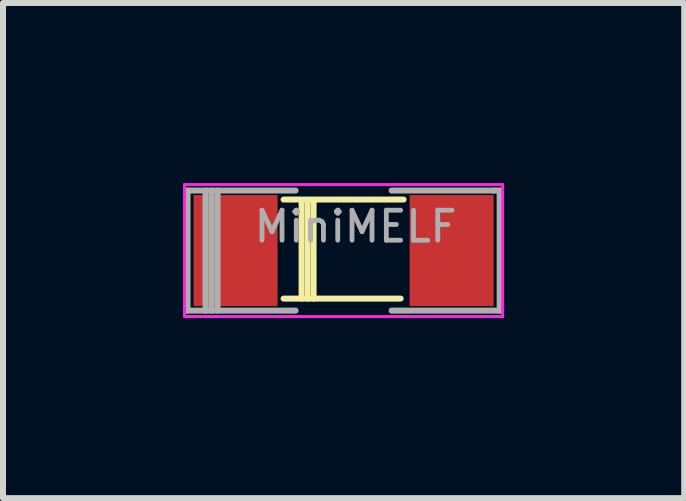
<source format=kicad_pcb>
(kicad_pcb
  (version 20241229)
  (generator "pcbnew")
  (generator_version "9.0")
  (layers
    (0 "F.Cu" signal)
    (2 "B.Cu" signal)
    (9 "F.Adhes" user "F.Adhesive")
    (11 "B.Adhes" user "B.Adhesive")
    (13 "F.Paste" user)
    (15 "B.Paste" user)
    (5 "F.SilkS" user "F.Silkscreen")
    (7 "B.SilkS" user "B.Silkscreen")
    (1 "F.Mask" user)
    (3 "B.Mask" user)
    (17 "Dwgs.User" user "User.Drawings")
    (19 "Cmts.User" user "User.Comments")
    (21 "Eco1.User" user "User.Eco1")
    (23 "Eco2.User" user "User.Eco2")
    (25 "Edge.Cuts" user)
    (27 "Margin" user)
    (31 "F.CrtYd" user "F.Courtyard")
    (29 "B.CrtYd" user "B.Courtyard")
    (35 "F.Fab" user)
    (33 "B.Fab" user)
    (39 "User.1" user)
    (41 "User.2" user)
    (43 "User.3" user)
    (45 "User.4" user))
  (footprint "MiniMELF"
    (layer "F.Cu")
    (at 2.675 1.125)
    (property "Reference" "MiniMELF" (at 0.2 -0.4 0) (layer "F.Fab") (effects (font (size 0.5 0.5) (thickness 0.08))))
    (attr smd)
    (fp_line (start -1 -0.85) (end 1 -0.85) (stroke (width 0.1) (type solid)) (layer "F.SilkS"))
    (fp_line (start -0.7 -0.8) (end -0.7 0.8) (stroke (width 0.1) (type solid)) (layer "F.SilkS"))
    (fp_line (start -0.6 0.8) (end -0.6 -0.8) (stroke (width 0.1) (type solid)) (layer "F.SilkS"))
    (fp_line (start -0.5 -0.8) (end -0.5 0.8) (stroke (width 0.1) (type solid)) (layer "F.SilkS"))
    (fp_line (start 0.95 0.8) (end -1 0.8) (stroke (width 0.1) (type solid)) (layer "F.SilkS"))
    (fp_line (start -2.65 -1.1) (end 2.65 -1.1) (stroke (width 0.05) (type solid)) (layer "F.CrtYd"))
    (fp_line (start -2.65 1.1) (end -2.65 -1.1) (stroke (width 0.05) (type solid)) (layer "F.CrtYd"))
    (fp_line (start 2.65 -1.1) (end 2.65 1.1) (stroke (width 0.05) (type solid)) (layer "F.CrtYd"))
    (fp_line (start 2.65 1.1) (end -2.65 1.1) (stroke (width 0.05) (type solid)) (layer "F.CrtYd"))
    (fp_line (start -2.6 -1) (end -2.6 1) (stroke (width 0.1) (type solid)) (layer "F.Fab"))
    (fp_line (start -2.6 1) (end -0.8 1) (stroke (width 0.1) (type solid)) (layer "F.Fab"))
    (fp_line (start -2.3 -1) (end -2.3 1) (stroke (width 0.1) (type solid)) (layer "F.Fab"))
    (fp_line (start -2.2 1) (end -2.2 -1) (stroke (width 0.1) (type solid)) (layer "F.Fab"))
    (fp_line (start -2.1 -1) (end -2.1 1) (stroke (width 0.1) (type solid)) (layer "F.Fab"))
    (fp_line (start -0.8 -1) (end -2.6 -1) (stroke (width 0.1) (type solid)) (layer "F.Fab"))
    (fp_line (start 0.8 -1) (end 2.5 -1) (stroke (width 0.1) (type solid)) (layer "F.Fab"))
    (fp_line (start 2.5 -1) (end 2.6 -1) (stroke (width 0.1) (type solid)) (layer "F.Fab"))
    (fp_line (start 2.6 -1) (end 2.6 1) (stroke (width 0.1) (type solid)) (layer "F.Fab"))
    (fp_line (start 2.6 1) (end 0.8 1) (stroke (width 0.1) (type solid)) (layer "F.Fab"))
    (pad "1" smd rect (at -1.8 0) (size 1.4 1.85) (layers "F.Cu" "F.Mask" "F.Paste"))
    (pad "2" smd rect (at 1.8 0) (size 1.4 1.85) (layers "F.Cu" "F.Mask" "F.Paste")))
  (gr_rect
    (start -3 -3)
    (end 8.35 5.25)
    (stroke (width 0.1) (type default))
    (fill no)
    (layer "Edge.Cuts")))
</source>
